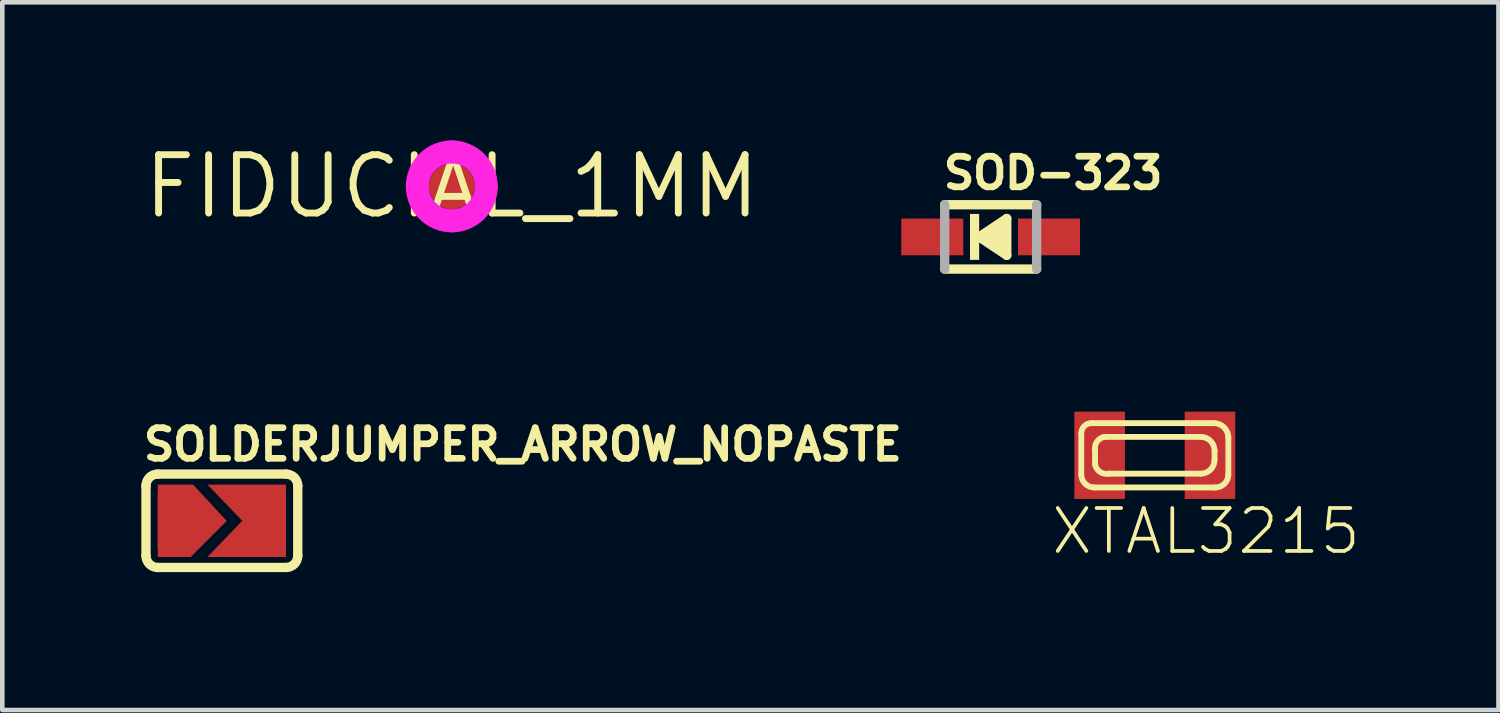
<source format=kicad_pcb>
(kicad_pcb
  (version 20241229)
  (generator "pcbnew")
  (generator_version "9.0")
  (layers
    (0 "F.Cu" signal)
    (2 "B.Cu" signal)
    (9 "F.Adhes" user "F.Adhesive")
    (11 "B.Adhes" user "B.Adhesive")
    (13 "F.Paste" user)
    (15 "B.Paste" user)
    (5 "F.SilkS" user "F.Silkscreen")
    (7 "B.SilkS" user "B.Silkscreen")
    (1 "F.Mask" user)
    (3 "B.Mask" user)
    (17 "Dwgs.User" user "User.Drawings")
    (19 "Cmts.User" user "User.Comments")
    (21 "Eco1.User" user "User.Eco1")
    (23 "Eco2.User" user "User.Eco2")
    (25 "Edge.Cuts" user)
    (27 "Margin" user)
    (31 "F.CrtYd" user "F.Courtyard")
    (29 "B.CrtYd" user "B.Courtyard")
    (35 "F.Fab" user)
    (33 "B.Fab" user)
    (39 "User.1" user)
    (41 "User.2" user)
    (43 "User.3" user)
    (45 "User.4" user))
  (footprint "SOD-323"
    (layer "F.Cu")
    (at 18.506 2.105)
    (property "Reference" "SOD-323" (at -1.1 -1 0) (layer "F.SilkS") (effects (font (size 0.666 0.666) (thickness 0.146)) (justify left bottom)))
    (fp_line (start -1 -0.7) (end 1 -0.7) (stroke (width 0.203) (type solid)) (layer "F.SilkS"))
    (fp_line (start -0.25 0) (end 0.35 -0.4) (stroke (width 0.203) (type solid)) (layer "F.SilkS"))
    (fp_line (start 0.35 -0.4) (end 0.35 0.4) (stroke (width 0.203) (type solid)) (layer "F.SilkS"))
    (fp_line (start 0.35 0.4) (end -0.25 0) (stroke (width 0.203) (type solid)) (layer "F.SilkS"))
    (fp_line (start 1 0.7) (end -1 0.7) (stroke (width 0.203) (type solid)) (layer "F.SilkS"))
    (fp_poly (pts (xy 0.302 0.39) (xy -0.283 0) (xy 0.302 -0.39)) (stroke (width 0) (type solid)) (fill yes) (layer "F.SilkS"))
    (fp_poly (pts (xy -0.45 0.5) (xy -0.25 0.5) (xy -0.25 -0.5) (xy -0.45 -0.5)) (stroke (width 0) (type solid)) (fill yes) (layer "F.SilkS"))
    (fp_line (start -1 0.7) (end -1 -0.7) (stroke (width 0.203) (type solid)) (layer "F.Fab"))
    (fp_line (start 1 -0.7) (end 1 0.7) (stroke (width 0.203) (type solid)) (layer "F.Fab"))
    (pad "A" smd rect (at 1.27 0) (size 1.35 0.8) (layers "F.Cu" "F.Mask" "F.Paste"))
    (pad "C" smd rect (at -1.27 0) (size 1.35 0.8) (layers "F.Cu" "F.Mask" "F.Paste")))
  (footprint "FIDUCIAL_1MM"
    (layer "F.Cu")
    (at 6.781 1.006)
    (property "Reference" "FIDUCIAL_1MM" (at 0 0 0) (layer "F.SilkS") (effects (font (size 1.27 1.27) (thickness 0.15))))
    (fp_arc (start -0.75 0) (mid -0.53033 -0.53033) (end 0 -0.75) (stroke (width 0.5) (type solid)) (layer "F.Mask"))
    (fp_arc (start 0 -0.75) (mid 0.53033 -0.53033) (end 0.75 0) (stroke (width 0.5) (type solid)) (layer "F.Mask"))
    (fp_arc (start 0 0.75) (mid -0.53033 0.53033) (end -0.75 0) (stroke (width 0.5) (type solid)) (layer "F.Mask"))
    (fp_arc (start 0.75 0) (mid 0.53033 0.53033) (end 0 0.75) (stroke (width 0.5) (type solid)) (layer "F.Mask"))
    (fp_arc (start -0.75 0) (mid -0.53033 -0.53033) (end 0 -0.75) (stroke (width 0.5) (type solid)) (layer "F.CrtYd"))
    (fp_arc (start 0 -0.75) (mid 0.53033 -0.53033) (end 0.75 0) (stroke (width 0.5) (type solid)) (layer "F.CrtYd"))
    (fp_arc (start 0 0.75) (mid -0.53033 0.53033) (end -0.75 0) (stroke (width 0.5) (type solid)) (layer "F.CrtYd"))
    (fp_arc (start 0.75 0) (mid 0.53033 0.53033) (end 0 0.75) (stroke (width 0.5) (type solid)) (layer "F.CrtYd"))
    (pad "1" smd roundrect (at 0 0) (size 1 1) (layers "F.Cu" "F.Mask") (roundrect_rratio 0.5)))
  (footprint "XTAL3215"
    (layer "F.Cu")
    (at 22.078 6.857)
    (property "Reference" "XTAL3215" (at -2.3 2.2 0) (layer "F.SilkS") (effects (font (size 0.935 0.935) (thickness 0.081)) (justify left bottom)))
    (fp_line (start -1.6 0.417) (end -1.6 -0.476) (stroke (width 0.127) (type solid)) (layer "F.SilkS"))
    (fp_line (start -1.376 -0.7) (end 1.284 -0.7) (stroke (width 0.127) (type solid)) (layer "F.SilkS"))
    (fp_line (start -1.3 0.2) (end -1.3 -0.1) (stroke (width 0.127) (type solid)) (layer "F.SilkS"))
    (fp_line (start -1.1 -0.4) (end 1 -0.4) (stroke (width 0.127) (type solid)) (layer "F.SilkS"))
    (fp_line (start 1 0.4) (end -1 0.4) (stroke (width 0.127) (type solid)) (layer "F.SilkS"))
    (fp_line (start 1.3 -0.1) (end 1.3 0.1) (stroke (width 0.127) (type solid)) (layer "F.SilkS"))
    (fp_line (start 1.317 0.7) (end -1.317 0.7) (stroke (width 0.127) (type solid)) (layer "F.SilkS"))
    (fp_line (start 1.6 -0.384) (end 1.6 0.417) (stroke (width 0.127) (type solid)) (layer "F.SilkS"))
    (fp_arc (start -1.6 -0.4764) (mid -1.534509 -0.634509) (end -1.3764 -0.7) (stroke (width 0.127) (type solid)) (layer "F.SilkS"))
    (fp_arc (start -1.3172 0.7) (mid -1.51717 0.61717) (end -1.6 0.4172) (stroke (width 0.127) (type solid)) (layer "F.SilkS"))
    (fp_arc (start -1.3 -0.1) (mid -1.262161 -0.291441) (end -1.099999 -0.399999) (stroke (width 0.127) (type solid)) (layer "F.SilkS"))
    (fp_arc (start -1 0.4) (mid -1.191422 0.362132) (end -1.300001 0.199999) (stroke (width 0.127) (type solid)) (layer "F.SilkS"))
    (fp_arc (start 1 -0.4) (mid 1.212103 -0.312103) (end 1.3 -0.1) (stroke (width 0.127) (type solid)) (layer "F.SilkS"))
    (fp_arc (start 1.2838 -0.7) (mid 1.507387 -0.607387) (end 1.6 -0.3838) (stroke (width 0.127) (type solid)) (layer "F.SilkS"))
    (fp_arc (start 1.3 0.1) (mid 1.212131 0.312132) (end 0.999999 0.399999) (stroke (width 0.127) (type solid)) (layer "F.SilkS"))
    (fp_arc (start 1.6 0.4172) (mid 1.51717 0.61717) (end 1.3172 0.7) (stroke (width 0.127) (type solid)) (layer "F.SilkS"))
    (pad "P$1" smd rect (at 1.2 0) (size 1.1 1.9) (layers "F.Cu" "F.Mask" "F.Paste"))
    (pad "P$2" smd rect (at -1.2 0 180) (size 1.1 1.9) (layers "F.Cu" "F.Mask" "F.Paste")))
  (footprint "SOLDERJUMPER_ARROW_NOPASTE"
    (layer "F.Cu")
    (at 1.778 8.282)
    (property "Reference" "SOLDERJUMPER_ARROW_NOPASTE" (at -1.778 -1.27 0) (layer "F.SilkS") (effects (font (size 0.666 0.666) (thickness 0.146)) (justify left bottom)))
    (fp_poly (pts (xy 0.106 0.003) (xy -0.679 0.788) (xy -1.395 0.788) (xy -1.395 -0.788) (xy -0.627 -0.788)) (stroke (width 0) (type solid)) (fill yes) (layer "F.Cu"))
    (fp_poly (pts (xy 1.395 0.788) (xy -0.316 0.788) (xy 0.443 0) (xy -0.316 -0.788) (xy 1.395 -0.788)) (stroke (width 0) (type solid)) (fill yes) (layer "F.Cu"))
    (fp_poly (pts (xy -1.46 0.826) (xy 1.46 0.826) (xy 1.46 -0.826) (xy -1.46 -0.826)) (stroke (width 0) (type solid)) (fill yes) (layer "F.Mask"))
    (fp_line (start -1.651 0.762) (end -1.651 -0.762) (stroke (width 0.203) (type solid)) (layer "F.SilkS"))
    (fp_line (start -1.397 -1.016) (end 1.397 -1.016) (stroke (width 0.203) (type solid)) (layer "F.SilkS"))
    (fp_line (start 1.397 1.016) (end -1.397 1.016) (stroke (width 0.203) (type solid)) (layer "F.SilkS"))
    (fp_line (start 1.651 0.762) (end 1.651 -0.762) (stroke (width 0.203) (type solid)) (layer "F.SilkS"))
    (fp_arc (start -1.651 -0.762) (mid -1.576605 -0.941605) (end -1.397 -1.016) (stroke (width 0.2032) (type solid)) (layer "F.SilkS"))
    (fp_arc (start -1.397 1.016) (mid -1.576605 0.941605) (end -1.651 0.762) (stroke (width 0.2032) (type solid)) (layer "F.SilkS"))
    (fp_arc (start 1.397 -1.016) (mid 1.576605 -0.941605) (end 1.651 -0.762) (stroke (width 0.2032) (type solid)) (layer "F.SilkS"))
    (fp_arc (start 1.651 0.762) (mid 1.576605 0.941605) (end 1.397 1.016) (stroke (width 0.2032) (type solid)) (layer "F.SilkS"))
    (pad "1" smd roundrect (at -1.016 0) (size 0.762 1.524) (layers "F.Cu") (roundrect_rratio 0.25))
    (pad "2" smd roundrect (at 1.016 0) (size 0.762 1.524) (layers "F.Cu") (roundrect_rratio 0.25)))
  (gr_rect
    (start -3 -3)
    (end 29.556 12.4)
    (stroke (width 0.1) (type default))
    (fill no)
    (layer "Edge.Cuts")))
</source>
